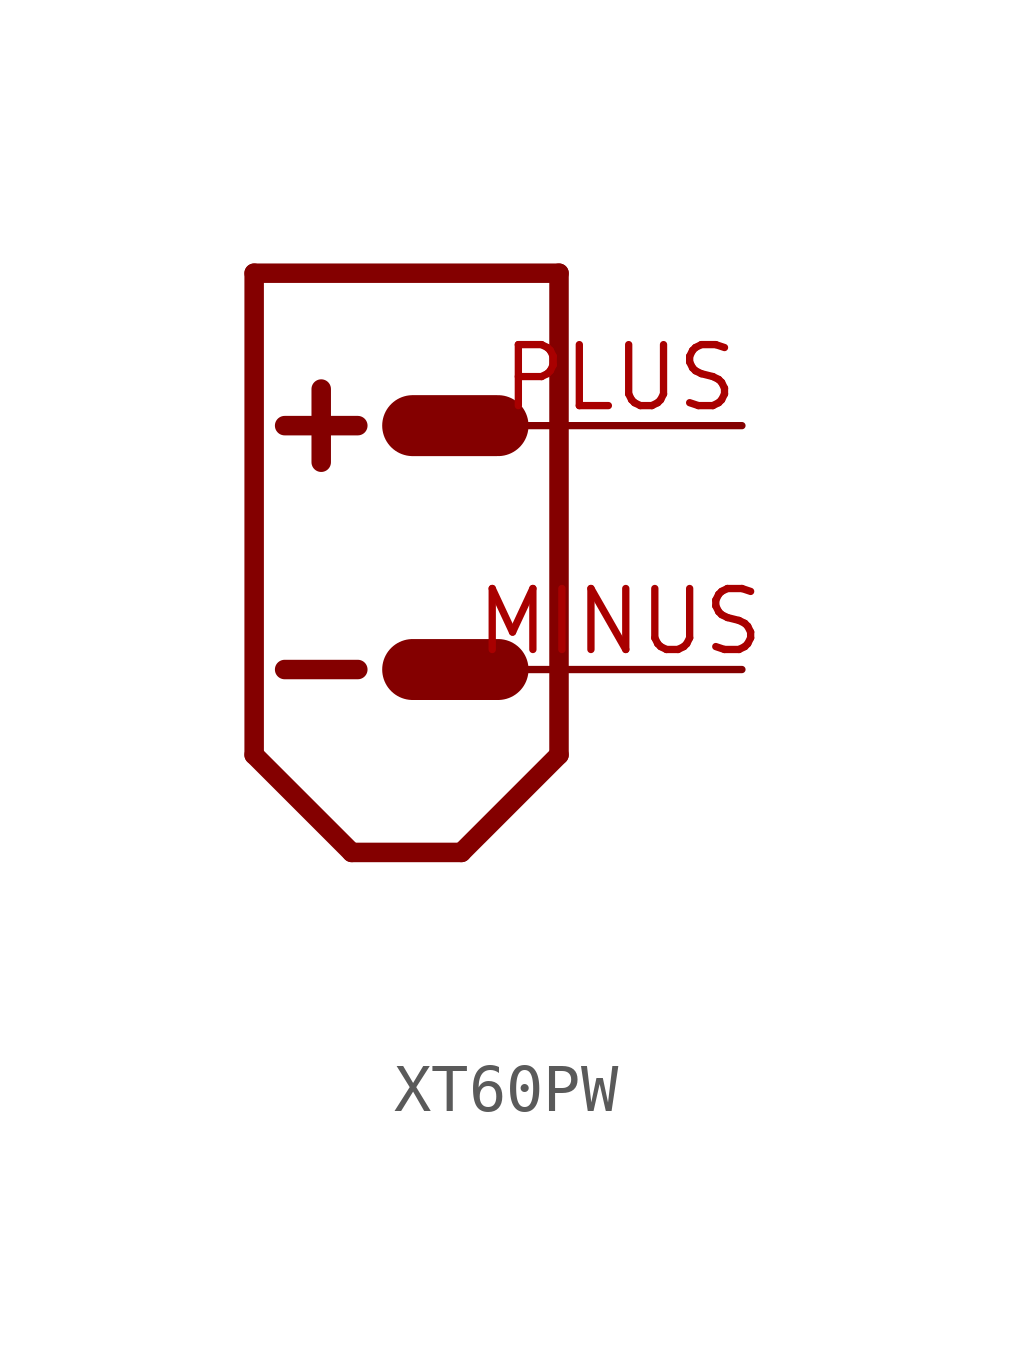
<source format=kicad_sym>
(kicad_symbol_lib
  (version 20220914)
  (generator kicad_symbol_editor)
  (symbol "XT60PW"
    (property "Reference" ""
      (at -3.81 7.112 0)
      (effects (font (size 1.778 1.511)) (justify left bottom) hide))
    (property "Value" ""
      (at -3.81 -8.89 0)
      (effects (font (size 1.778 1.511)) (justify left bottom)))
    (property "ki_locked" ""
      (at 0 0 0)
      (effects (font (size 1.27 1.27))))
    (symbol "XT60PW_1_0"
      (polyline (pts (xy -5.08 -4.318) (xy -3.048 -6.35)) (stroke (width 0.406) (type solid)) (fill (type none)))
      (polyline (pts (xy -5.08 5.715) (xy -5.08 -4.318)) (stroke (width 0.406) (type solid)) (fill (type none)))
      (polyline (pts (xy -5.08 5.715) (xy 1.27 5.715)) (stroke (width 0.406) (type solid)) (fill (type none)))
      (polyline (pts (xy -4.445 -2.54) (xy -2.921 -2.54)) (stroke (width 0.406) (type solid)) (fill (type none)))
      (polyline (pts (xy -4.445 2.54) (xy -2.921 2.54)) (stroke (width 0.406) (type solid)) (fill (type none)))
      (polyline (pts (xy -3.683 3.302) (xy -3.683 1.778)) (stroke (width 0.406) (type solid)) (fill (type none)))
      (polyline (pts (xy -3.048 -6.35) (xy -0.762 -6.35)) (stroke (width 0.406) (type solid)) (fill (type none)))
      (polyline (pts (xy -0.762 -6.35) (xy 1.27 -4.318)) (stroke (width 0.406) (type solid)) (fill (type none)))
      (polyline (pts (xy 0 -2.54) (xy -1.778 -2.54)) (stroke (width 1.27) (type solid)) (fill (type none)))
      (polyline (pts (xy 0 2.54) (xy -1.778 2.54)) (stroke (width 1.27) (type solid)) (fill (type none)))
      (polyline (pts (xy 1.27 -4.318) (xy 1.27 5.715)) (stroke (width 0.406) (type solid)) (fill (type none)))
      (pin power_in line (at 5.08 -2.54 180) (length 5.08) (name "-" (effects (font (size 0 0)))) (number "MINUS" (effects (font (size 1.27 1.27)))))
      (pin power_in line (at 5.08 2.54 180) (length 5.08) (name "+" (effects (font (size 0 0)))) (number "PLUS" (effects (font (size 1.27 1.27))))))))
</source>
